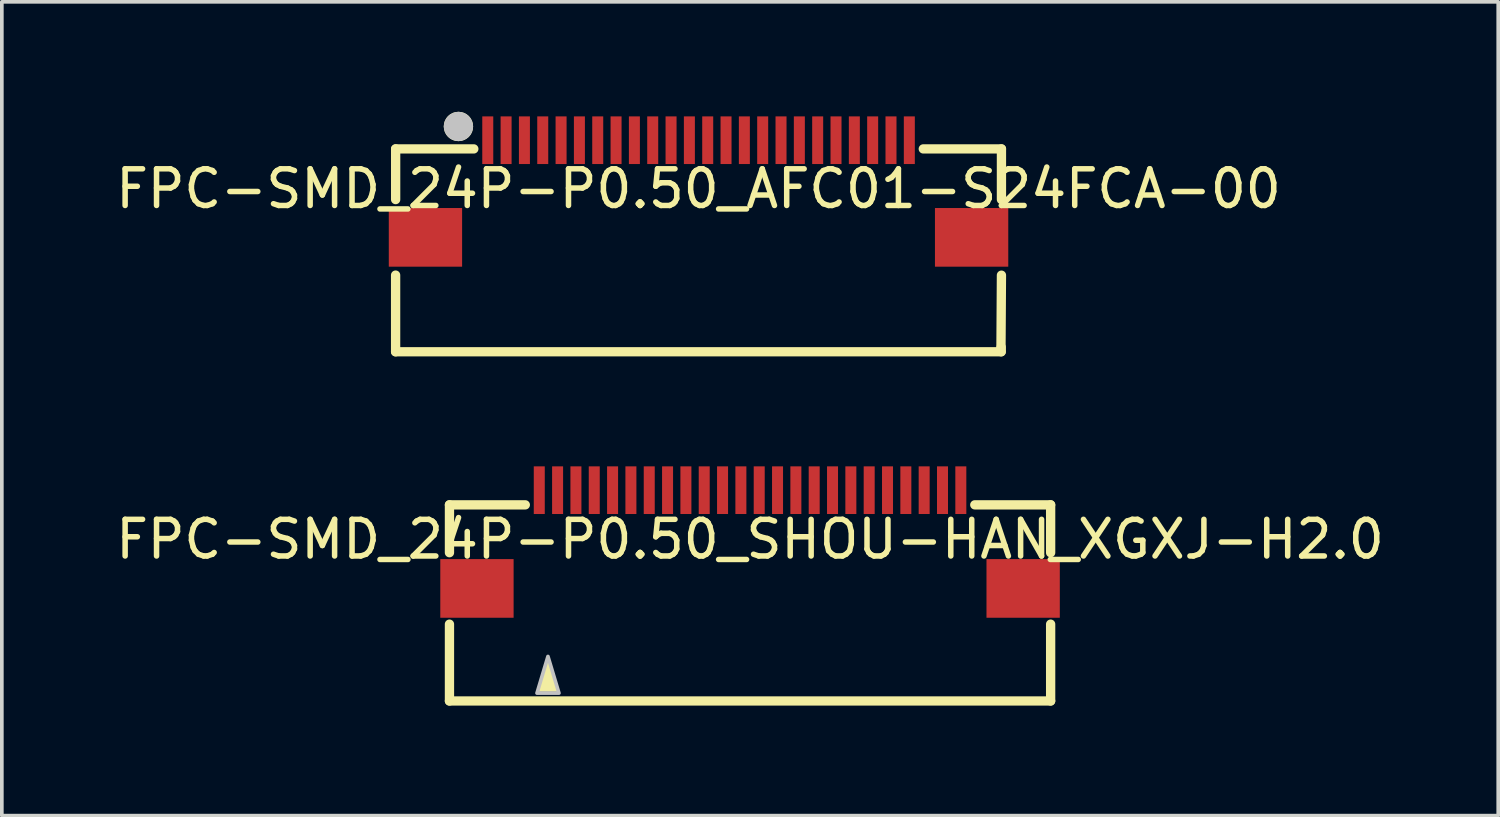
<source format=kicad_pcb>
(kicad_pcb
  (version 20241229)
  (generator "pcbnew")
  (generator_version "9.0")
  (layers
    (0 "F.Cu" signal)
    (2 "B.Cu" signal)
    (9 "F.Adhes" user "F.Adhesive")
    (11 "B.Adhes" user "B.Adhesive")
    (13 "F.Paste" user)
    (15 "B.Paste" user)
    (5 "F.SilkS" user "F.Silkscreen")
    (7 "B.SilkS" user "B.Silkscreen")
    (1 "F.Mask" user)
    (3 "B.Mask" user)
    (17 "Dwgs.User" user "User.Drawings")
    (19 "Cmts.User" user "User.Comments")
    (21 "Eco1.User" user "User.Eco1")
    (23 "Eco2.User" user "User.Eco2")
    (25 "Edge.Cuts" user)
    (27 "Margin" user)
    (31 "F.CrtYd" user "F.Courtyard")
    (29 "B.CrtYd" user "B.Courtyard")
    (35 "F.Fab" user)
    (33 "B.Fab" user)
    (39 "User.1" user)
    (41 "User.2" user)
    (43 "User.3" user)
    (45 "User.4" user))
  (footprint "FPC-SMD_24P-P0.50_AFC01-S24FCA-00"
    (layer "F.Cu")
    (at 16.006 2.1)
    (property "Reference" "FPC-SMD_24P-P0.50_AFC01-S24FCA-00" (at 0 0 0) (layer "F.SilkS") (effects (font (size 1 1) (thickness 0.15))))
    (fp_line (start -8.264 2.355) (end -8.264 4.446) (stroke (width 0.254) (type default)) (layer "F.SilkS"))
    (fp_line (start -8.264 4.446) (end 8.256 4.446) (stroke (width 0.254) (type default)) (layer "F.SilkS"))
    (fp_line (start -8.263 -1.088) (end -8.263 0.294) (stroke (width 0.254) (type default)) (layer "F.SilkS"))
    (fp_line (start -6.131 -1.088) (end -8.263 -1.088) (stroke (width 0.254) (type default)) (layer "F.SilkS"))
    (fp_line (start 8.25 4.35) (end 8.263 2.357) (stroke (width 0.254) (type default)) (layer "F.SilkS"))
    (fp_line (start 8.256 4.446) (end 8.256 4.319) (stroke (width 0.254) (type default)) (layer "F.SilkS"))
    (fp_line (start 8.263 -1.088) (end 6.131 -1.088) (stroke (width 0.254) (type default)) (layer "F.SilkS"))
    (fp_line (start 8.263 0.294) (end 8.263 -1.088) (stroke (width 0.254) (type default)) (layer "F.SilkS"))
    (fp_circle (center -6.55 -1.7) (end -6.35 -1.7) (stroke (width 0.4) (type default)) (fill no) (layer "F.SilkS"))
    (fp_circle (center -6.55 -1.7) (end -6.35 -1.7) (stroke (width 0.4) (type default)) (fill no) (layer "Dwgs.User"))
    (fp_poly (pts (xy -6.7 0.825) (xy -6.7 1.825) (xy -8.2 1.825) (xy -8.2 0.825)) (stroke (width 0.1) (type default)) (fill no) (layer "User.1"))
    (fp_poly (pts (xy -5.65 -0.955) (xy -5.85 -0.955) (xy -5.85 -1.705) (xy -5.65 -1.705)) (stroke (width 0.1) (type default)) (fill no) (layer "User.1"))
    (fp_poly (pts (xy -5.15 -0.955) (xy -5.35 -0.955) (xy -5.35 -1.705) (xy -5.15 -1.705)) (stroke (width 0.1) (type default)) (fill no) (layer "User.1"))
    (fp_poly (pts (xy -4.65 -0.955) (xy -4.85 -0.955) (xy -4.85 -1.705) (xy -4.65 -1.705)) (stroke (width 0.1) (type default)) (fill no) (layer "User.1"))
    (fp_poly (pts (xy -4.15 -0.955) (xy -4.35 -0.955) (xy -4.35 -1.705) (xy -4.15 -1.705)) (stroke (width 0.1) (type default)) (fill no) (layer "User.1"))
    (fp_poly (pts (xy -3.65 -0.955) (xy -3.85 -0.955) (xy -3.85 -1.705) (xy -3.65 -1.705)) (stroke (width 0.1) (type default)) (fill no) (layer "User.1"))
    (fp_poly (pts (xy -3.15 -0.955) (xy -3.35 -0.955) (xy -3.35 -1.705) (xy -3.15 -1.705)) (stroke (width 0.1) (type default)) (fill no) (layer "User.1"))
    (fp_poly (pts (xy -2.65 -0.955) (xy -2.85 -0.955) (xy -2.85 -1.705) (xy -2.65 -1.705)) (stroke (width 0.1) (type default)) (fill no) (layer "User.1"))
    (fp_poly (pts (xy -2.15 -0.955) (xy -2.35 -0.955) (xy -2.35 -1.705) (xy -2.15 -1.705)) (stroke (width 0.1) (type default)) (fill no) (layer "User.1"))
    (fp_poly (pts (xy -1.65 -0.955) (xy -1.85 -0.955) (xy -1.85 -1.705) (xy -1.65 -1.705)) (stroke (width 0.1) (type default)) (fill no) (layer "User.1"))
    (fp_poly (pts (xy -1.15 -0.955) (xy -1.35 -0.955) (xy -1.35 -1.705) (xy -1.15 -1.705)) (stroke (width 0.1) (type default)) (fill no) (layer "User.1"))
    (fp_poly (pts (xy -0.65 -0.955) (xy -0.85 -0.955) (xy -0.85 -1.705) (xy -0.65 -1.705)) (stroke (width 0.1) (type default)) (fill no) (layer "User.1"))
    (fp_poly (pts (xy -0.15 -0.955) (xy -0.35 -0.955) (xy -0.35 -1.705) (xy -0.15 -1.705)) (stroke (width 0.1) (type default)) (fill no) (layer "User.1"))
    (fp_poly (pts (xy 0.35 -0.955) (xy 0.15 -0.955) (xy 0.15 -1.705) (xy 0.35 -1.705)) (stroke (width 0.1) (type default)) (fill no) (layer "User.1"))
    (fp_poly (pts (xy 0.85 -0.955) (xy 0.65 -0.955) (xy 0.65 -1.705) (xy 0.85 -1.705)) (stroke (width 0.1) (type default)) (fill no) (layer "User.1"))
    (fp_poly (pts (xy 1.35 -0.955) (xy 1.15 -0.955) (xy 1.15 -1.705) (xy 1.35 -1.705)) (stroke (width 0.1) (type default)) (fill no) (layer "User.1"))
    (fp_poly (pts (xy 1.85 -0.955) (xy 1.65 -0.955) (xy 1.65 -1.705) (xy 1.85 -1.705)) (stroke (width 0.1) (type default)) (fill no) (layer "User.1"))
    (fp_poly (pts (xy 2.35 -0.955) (xy 2.15 -0.955) (xy 2.15 -1.705) (xy 2.35 -1.705)) (stroke (width 0.1) (type default)) (fill no) (layer "User.1"))
    (fp_poly (pts (xy 2.85 -0.955) (xy 2.65 -0.955) (xy 2.65 -1.705) (xy 2.85 -1.705)) (stroke (width 0.1) (type default)) (fill no) (layer "User.1"))
    (fp_poly (pts (xy 3.35 -0.955) (xy 3.15 -0.955) (xy 3.15 -1.705) (xy 3.35 -1.705)) (stroke (width 0.1) (type default)) (fill no) (layer "User.1"))
    (fp_poly (pts (xy 3.85 -0.955) (xy 3.65 -0.955) (xy 3.65 -1.705) (xy 3.85 -1.705)) (stroke (width 0.1) (type default)) (fill no) (layer "User.1"))
    (fp_poly (pts (xy 4.35 -0.955) (xy 4.15 -0.955) (xy 4.15 -1.705) (xy 4.35 -1.705)) (stroke (width 0.1) (type default)) (fill no) (layer "User.1"))
    (fp_poly (pts (xy 4.85 -0.955) (xy 4.65 -0.955) (xy 4.65 -1.705) (xy 4.85 -1.705)) (stroke (width 0.1) (type default)) (fill no) (layer "User.1"))
    (fp_poly (pts (xy 5.35 -0.955) (xy 5.15 -0.955) (xy 5.15 -1.705) (xy 5.35 -1.705)) (stroke (width 0.1) (type default)) (fill no) (layer "User.1"))
    (fp_poly (pts (xy 5.85 -0.955) (xy 5.65 -0.955) (xy 5.65 -1.705) (xy 5.85 -1.705)) (stroke (width 0.1) (type default)) (fill no) (layer "User.1"))
    (fp_poly (pts (xy 8.2 0.825) (xy 8.2 1.825) (xy 6.7 1.825) (xy 6.7 0.825)) (stroke (width 0.1) (type default)) (fill no) (layer "User.1"))
    (fp_line (start -8.2 -1.005) (end 8.2 -1.005) (stroke (width 0.051) (type default)) (layer "User.2"))
    (fp_line (start -8.2 4.395) (end -8.2 -1.005) (stroke (width 0.051) (type default)) (layer "User.2"))
    (fp_line (start 8.2 -1.005) (end 8.2 4.395) (stroke (width 0.051) (type default)) (layer "User.2"))
    (fp_line (start 8.2 4.395) (end -8.2 4.395) (stroke (width 0.051) (type default)) (layer "User.2"))
    (fp_poly (pts (xy -8.14 -1.705) (xy -8.158 -1.747) (xy -8.2 -1.765) (xy -8.242 -1.747) (xy -8.26 -1.705) (xy -8.242 -1.663) (xy -8.2 -1.645) (xy -8.158 -1.663)) (stroke (width 0.1) (type default)) (fill no) (layer "User.3"))
    (pad "1" smd rect (at -5.75 -1.325 180) (size 0.3 1.3) (layers "F.Cu" "F.Mask" "F.Paste"))
    (pad "2" smd rect (at -5.25 -1.325 180) (size 0.3 1.3) (layers "F.Cu" "F.Mask" "F.Paste"))
    (pad "3" smd rect (at -4.75 -1.325 180) (size 0.3 1.3) (layers "F.Cu" "F.Mask" "F.Paste"))
    (pad "4" smd rect (at -4.25 -1.325 180) (size 0.3 1.3) (layers "F.Cu" "F.Mask" "F.Paste"))
    (pad "5" smd rect (at -3.75 -1.325 180) (size 0.3 1.3) (layers "F.Cu" "F.Mask" "F.Paste"))
    (pad "6" smd rect (at -3.25 -1.325 180) (size 0.3 1.3) (layers "F.Cu" "F.Mask" "F.Paste"))
    (pad "7" smd rect (at -2.75 -1.325 180) (size 0.3 1.3) (layers "F.Cu" "F.Mask" "F.Paste"))
    (pad "8" smd rect (at -2.25 -1.325 180) (size 0.3 1.3) (layers "F.Cu" "F.Mask" "F.Paste"))
    (pad "9" smd rect (at -1.75 -1.325 180) (size 0.3 1.3) (layers "F.Cu" "F.Mask" "F.Paste"))
    (pad "10" smd rect (at -1.25 -1.325 180) (size 0.3 1.3) (layers "F.Cu" "F.Mask" "F.Paste"))
    (pad "11" smd rect (at -0.75 -1.325 180) (size 0.3 1.3) (layers "F.Cu" "F.Mask" "F.Paste"))
    (pad "12" smd rect (at -0.25 -1.325 180) (size 0.3 1.3) (layers "F.Cu" "F.Mask" "F.Paste"))
    (pad "13" smd rect (at 0.25 -1.325 180) (size 0.3 1.3) (layers "F.Cu" "F.Mask" "F.Paste"))
    (pad "14" smd rect (at 0.75 -1.325 180) (size 0.3 1.3) (layers "F.Cu" "F.Mask" "F.Paste"))
    (pad "15" smd rect (at 1.25 -1.325 180) (size 0.3 1.3) (layers "F.Cu" "F.Mask" "F.Paste"))
    (pad "16" smd rect (at 1.75 -1.325 180) (size 0.3 1.3) (layers "F.Cu" "F.Mask" "F.Paste"))
    (pad "17" smd rect (at 2.25 -1.325 180) (size 0.3 1.3) (layers "F.Cu" "F.Mask" "F.Paste"))
    (pad "18" smd rect (at 2.75 -1.325 180) (size 0.3 1.3) (layers "F.Cu" "F.Mask" "F.Paste"))
    (pad "19" smd rect (at 3.25 -1.325 180) (size 0.3 1.3) (layers "F.Cu" "F.Mask" "F.Paste"))
    (pad "20" smd rect (at 3.75 -1.325 180) (size 0.3 1.3) (layers "F.Cu" "F.Mask" "F.Paste"))
    (pad "21" smd rect (at 4.25 -1.325 180) (size 0.3 1.3) (layers "F.Cu" "F.Mask" "F.Paste"))
    (pad "22" smd rect (at 4.75 -1.325 180) (size 0.3 1.3) (layers "F.Cu" "F.Mask" "F.Paste"))
    (pad "23" smd rect (at 5.25 -1.325 180) (size 0.3 1.3) (layers "F.Cu" "F.Mask" "F.Paste"))
    (pad "24" smd rect (at 5.75 -1.325 180) (size 0.3 1.3) (layers "F.Cu" "F.Mask" "F.Paste"))
    (pad "25" smd rect (at 7.449 1.325 90) (size 1.6 2) (layers "F.Cu" "F.Mask" "F.Paste"))
    (pad "26" smd rect (at -7.45 1.325 90) (size 1.6 2) (layers "F.Cu" "F.Mask" "F.Paste")))
  (footprint "FPC-SMD_24P-P0.50_SHOU-HAN_XGXJ-H2.0"
    (layer "F.Cu")
    (at 17.411 11.662)
    (property "Reference" "FPC-SMD_24P-P0.50_SHOU-HAN_XGXJ-H2.0" (at 0 0 0) (layer "F.SilkS") (effects (font (size 1 1) (thickness 0.15))))
    (fp_line (start -8.2 -0.94) (end -6.131 -0.94) (stroke (width 0.254) (type default)) (layer "F.SilkS"))
    (fp_line (start -8.2 0.365) (end -8.2 -0.94) (stroke (width 0.254) (type default)) (layer "F.SilkS"))
    (fp_line (start -8.2 4.41) (end -8.2 2.315) (stroke (width 0.254) (type default)) (layer "F.SilkS"))
    (fp_line (start -8.2 4.41) (end 8.2 4.41) (stroke (width 0.254) (type default)) (layer "F.SilkS"))
    (fp_line (start 6.131 -0.94) (end 8.2 -0.94) (stroke (width 0.254) (type default)) (layer "F.SilkS"))
    (fp_line (start 8.2 0.365) (end 8.2 -0.94) (stroke (width 0.254) (type default)) (layer "F.SilkS"))
    (fp_line (start 8.2 4.41) (end 8.2 2.315) (stroke (width 0.254) (type default)) (layer "F.SilkS"))
    (fp_poly (pts (xy -5.8 4.16) (xy -5.2 4.16) (xy -5.5 3.16)) (stroke (width 0) (type default)) (fill yes) (layer "F.SilkS"))
    (fp_poly (pts (xy -5.812 4.196) (xy -5.213 4.196) (xy -5.513 3.196)) (stroke (width 0.1) (type default)) (fill no) (layer "Dwgs.User"))
    (fp_poly (pts (xy -6.7 1.84) (xy -8.2 1.84) (xy -8.2 0.84) (xy -6.7 0.84)) (stroke (width 0.1) (type default)) (fill no) (layer "User.1"))
    (fp_poly (pts (xy -5.85 -1.724) (xy -5.65 -1.724) (xy -5.65 -0.974) (xy -5.85 -0.974)) (stroke (width 0.1) (type default)) (fill no) (layer "User.1"))
    (fp_poly (pts (xy -5.35 -1.724) (xy -5.15 -1.724) (xy -5.15 -0.974) (xy -5.35 -0.974)) (stroke (width 0.1) (type default)) (fill no) (layer "User.1"))
    (fp_poly (pts (xy -4.85 -1.724) (xy -4.65 -1.724) (xy -4.65 -0.974) (xy -4.85 -0.974)) (stroke (width 0.1) (type default)) (fill no) (layer "User.1"))
    (fp_poly (pts (xy -4.35 -1.724) (xy -4.15 -1.724) (xy -4.15 -0.974) (xy -4.35 -0.974)) (stroke (width 0.1) (type default)) (fill no) (layer "User.1"))
    (fp_poly (pts (xy -3.85 -1.724) (xy -3.65 -1.724) (xy -3.65 -0.974) (xy -3.85 -0.974)) (stroke (width 0.1) (type default)) (fill no) (layer "User.1"))
    (fp_poly (pts (xy -3.35 -1.724) (xy -3.15 -1.724) (xy -3.15 -0.974) (xy -3.35 -0.974)) (stroke (width 0.1) (type default)) (fill no) (layer "User.1"))
    (fp_poly (pts (xy -2.85 -1.724) (xy -2.65 -1.724) (xy -2.65 -0.974) (xy -2.85 -0.974)) (stroke (width 0.1) (type default)) (fill no) (layer "User.1"))
    (fp_poly (pts (xy -2.35 -1.724) (xy -2.15 -1.724) (xy -2.15 -0.974) (xy -2.35 -0.974)) (stroke (width 0.1) (type default)) (fill no) (layer "User.1"))
    (fp_poly (pts (xy -1.85 -1.724) (xy -1.65 -1.724) (xy -1.65 -0.974) (xy -1.85 -0.974)) (stroke (width 0.1) (type default)) (fill no) (layer "User.1"))
    (fp_poly (pts (xy -1.35 -1.724) (xy -1.15 -1.724) (xy -1.15 -0.974) (xy -1.35 -0.974)) (stroke (width 0.1) (type default)) (fill no) (layer "User.1"))
    (fp_poly (pts (xy -0.85 -1.724) (xy -0.65 -1.724) (xy -0.65 -0.974) (xy -0.85 -0.974)) (stroke (width 0.1) (type default)) (fill no) (layer "User.1"))
    (fp_poly (pts (xy -0.35 -1.724) (xy -0.15 -1.724) (xy -0.15 -0.974) (xy -0.35 -0.974)) (stroke (width 0.1) (type default)) (fill no) (layer "User.1"))
    (fp_poly (pts (xy 0.15 -1.724) (xy 0.35 -1.724) (xy 0.35 -0.974) (xy 0.15 -0.974)) (stroke (width 0.1) (type default)) (fill no) (layer "User.1"))
    (fp_poly (pts (xy 0.65 -1.724) (xy 0.85 -1.724) (xy 0.85 -0.974) (xy 0.65 -0.974)) (stroke (width 0.1) (type default)) (fill no) (layer "User.1"))
    (fp_poly (pts (xy 1.15 -1.724) (xy 1.35 -1.724) (xy 1.35 -0.974) (xy 1.15 -0.974)) (stroke (width 0.1) (type default)) (fill no) (layer "User.1"))
    (fp_poly (pts (xy 1.65 -1.724) (xy 1.85 -1.724) (xy 1.85 -0.974) (xy 1.65 -0.974)) (stroke (width 0.1) (type default)) (fill no) (layer "User.1"))
    (fp_poly (pts (xy 2.15 -1.724) (xy 2.35 -1.724) (xy 2.35 -0.974) (xy 2.15 -0.974)) (stroke (width 0.1) (type default)) (fill no) (layer "User.1"))
    (fp_poly (pts (xy 2.65 -1.724) (xy 2.85 -1.724) (xy 2.85 -0.974) (xy 2.65 -0.974)) (stroke (width 0.1) (type default)) (fill no) (layer "User.1"))
    (fp_poly (pts (xy 3.15 -1.724) (xy 3.35 -1.724) (xy 3.35 -0.974) (xy 3.15 -0.974)) (stroke (width 0.1) (type default)) (fill no) (layer "User.1"))
    (fp_poly (pts (xy 3.65 -1.724) (xy 3.85 -1.724) (xy 3.85 -0.974) (xy 3.65 -0.974)) (stroke (width 0.1) (type default)) (fill no) (layer "User.1"))
    (fp_poly (pts (xy 4.15 -1.724) (xy 4.35 -1.724) (xy 4.35 -0.974) (xy 4.15 -0.974)) (stroke (width 0.1) (type default)) (fill no) (layer "User.1"))
    (fp_poly (pts (xy 4.65 -1.724) (xy 4.85 -1.724) (xy 4.85 -0.974) (xy 4.65 -0.974)) (stroke (width 0.1) (type default)) (fill no) (layer "User.1"))
    (fp_poly (pts (xy 5.15 -1.724) (xy 5.35 -1.724) (xy 5.35 -0.974) (xy 5.15 -0.974)) (stroke (width 0.1) (type default)) (fill no) (layer "User.1"))
    (fp_poly (pts (xy 5.65 -1.724) (xy 5.85 -1.724) (xy 5.85 -0.974) (xy 5.65 -0.974)) (stroke (width 0.1) (type default)) (fill no) (layer "User.1"))
    (fp_poly (pts (xy 8.2 1.84) (xy 6.7 1.84) (xy 6.7 0.84) (xy 8.2 0.84)) (stroke (width 0.1) (type default)) (fill no) (layer "User.1"))
    (fp_line (start -8.2 -1.024) (end 8.2 -1.024) (stroke (width 0.051) (type default)) (layer "User.2"))
    (fp_line (start -8.2 4.326) (end -8.2 -1.024) (stroke (width 0.051) (type default)) (layer "User.2"))
    (fp_line (start 8.2 -1.024) (end 8.2 4.326) (stroke (width 0.051) (type default)) (layer "User.2"))
    (fp_line (start 8.2 4.326) (end -8.2 4.326) (stroke (width 0.051) (type default)) (layer "User.2"))
    (fp_poly (pts (xy -8.14 -1.724) (xy -8.158 -1.766) (xy -8.2 -1.784) (xy -8.242 -1.766) (xy -8.26 -1.724) (xy -8.242 -1.682) (xy -8.2 -1.664) (xy -8.158 -1.682)) (stroke (width 0.1) (type default)) (fill no) (layer "User.3"))
    (pad "1" smd rect (at -5.75 -1.34) (size 0.3 1.3) (layers "F.Cu" "F.Mask" "F.Paste"))
    (pad "2" smd rect (at -5.25 -1.34) (size 0.3 1.3) (layers "F.Cu" "F.Mask" "F.Paste"))
    (pad "3" smd rect (at -4.75 -1.34) (size 0.3 1.3) (layers "F.Cu" "F.Mask" "F.Paste"))
    (pad "4" smd rect (at -4.25 -1.34) (size 0.3 1.3) (layers "F.Cu" "F.Mask" "F.Paste"))
    (pad "5" smd rect (at -3.75 -1.34) (size 0.3 1.3) (layers "F.Cu" "F.Mask" "F.Paste"))
    (pad "6" smd rect (at -3.25 -1.34) (size 0.3 1.3) (layers "F.Cu" "F.Mask" "F.Paste"))
    (pad "7" smd rect (at -2.75 -1.34) (size 0.3 1.3) (layers "F.Cu" "F.Mask" "F.Paste"))
    (pad "8" smd rect (at -2.25 -1.34) (size 0.3 1.3) (layers "F.Cu" "F.Mask" "F.Paste"))
    (pad "9" smd rect (at -1.75 -1.34) (size 0.3 1.3) (layers "F.Cu" "F.Mask" "F.Paste"))
    (pad "10" smd rect (at -1.25 -1.34) (size 0.3 1.3) (layers "F.Cu" "F.Mask" "F.Paste"))
    (pad "11" smd rect (at -0.75 -1.34) (size 0.3 1.3) (layers "F.Cu" "F.Mask" "F.Paste"))
    (pad "12" smd rect (at -0.25 -1.34) (size 0.3 1.3) (layers "F.Cu" "F.Mask" "F.Paste"))
    (pad "13" smd rect (at 0.25 -1.34) (size 0.3 1.3) (layers "F.Cu" "F.Mask" "F.Paste"))
    (pad "14" smd rect (at 0.75 -1.34) (size 0.3 1.3) (layers "F.Cu" "F.Mask" "F.Paste"))
    (pad "15" smd rect (at 1.25 -1.34) (size 0.3 1.3) (layers "F.Cu" "F.Mask" "F.Paste"))
    (pad "16" smd rect (at 1.75 -1.34) (size 0.3 1.3) (layers "F.Cu" "F.Mask" "F.Paste"))
    (pad "17" smd rect (at 2.25 -1.34) (size 0.3 1.3) (layers "F.Cu" "F.Mask" "F.Paste"))
    (pad "18" smd rect (at 2.75 -1.34) (size 0.3 1.3) (layers "F.Cu" "F.Mask" "F.Paste"))
    (pad "19" smd rect (at 3.25 -1.34) (size 0.3 1.3) (layers "F.Cu" "F.Mask" "F.Paste"))
    (pad "20" smd rect (at 3.75 -1.34) (size 0.3 1.3) (layers "F.Cu" "F.Mask" "F.Paste"))
    (pad "21" smd rect (at 4.25 -1.34) (size 0.3 1.3) (layers "F.Cu" "F.Mask" "F.Paste"))
    (pad "22" smd rect (at 4.75 -1.34) (size 0.3 1.3) (layers "F.Cu" "F.Mask" "F.Paste"))
    (pad "23" smd rect (at 5.25 -1.34) (size 0.3 1.3) (layers "F.Cu" "F.Mask" "F.Paste"))
    (pad "24" smd rect (at 5.75 -1.34) (size 0.3 1.3) (layers "F.Cu" "F.Mask" "F.Paste"))
    (pad "25" smd rect (at 7.45 1.34 180) (size 2 1.6) (layers "F.Cu" "F.Mask" "F.Paste"))
    (pad "26" smd rect (at -7.45 1.34 180) (size 2 1.6) (layers "F.Cu" "F.Mask" "F.Paste")))
  (gr_rect
    (start -3 -3)
    (end 37.821 19.2)
    (stroke (width 0.1) (type default))
    (fill no)
    (layer "Edge.Cuts")))
</source>
